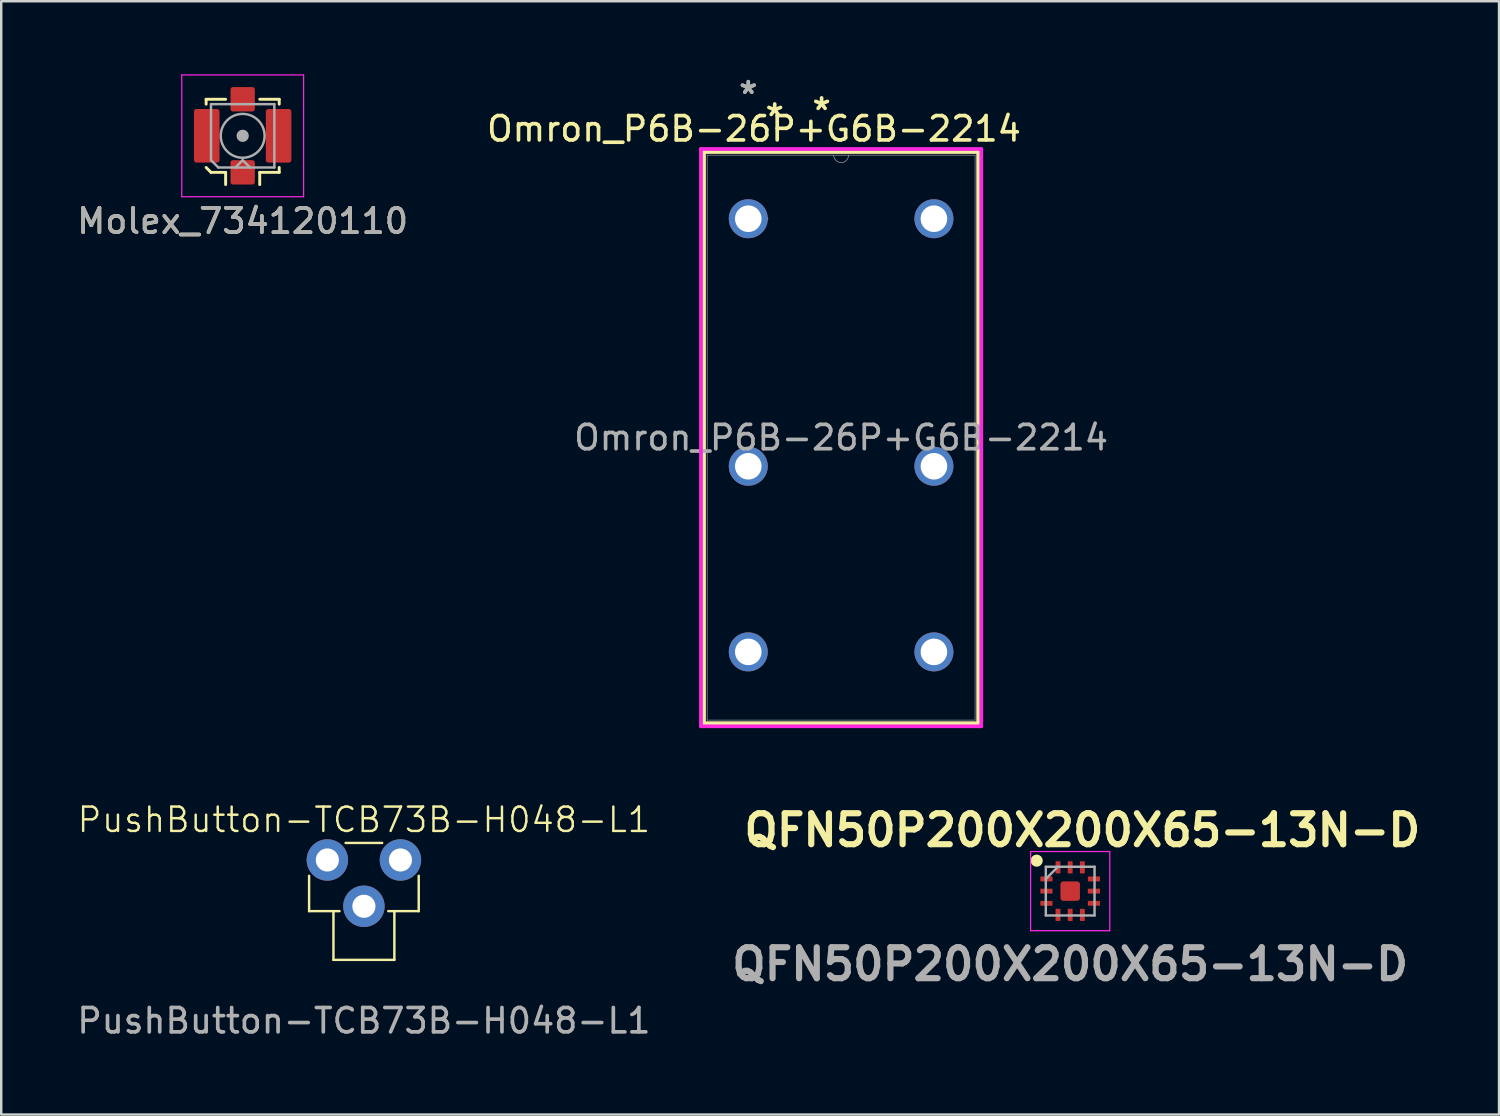
<source format=kicad_pcb>
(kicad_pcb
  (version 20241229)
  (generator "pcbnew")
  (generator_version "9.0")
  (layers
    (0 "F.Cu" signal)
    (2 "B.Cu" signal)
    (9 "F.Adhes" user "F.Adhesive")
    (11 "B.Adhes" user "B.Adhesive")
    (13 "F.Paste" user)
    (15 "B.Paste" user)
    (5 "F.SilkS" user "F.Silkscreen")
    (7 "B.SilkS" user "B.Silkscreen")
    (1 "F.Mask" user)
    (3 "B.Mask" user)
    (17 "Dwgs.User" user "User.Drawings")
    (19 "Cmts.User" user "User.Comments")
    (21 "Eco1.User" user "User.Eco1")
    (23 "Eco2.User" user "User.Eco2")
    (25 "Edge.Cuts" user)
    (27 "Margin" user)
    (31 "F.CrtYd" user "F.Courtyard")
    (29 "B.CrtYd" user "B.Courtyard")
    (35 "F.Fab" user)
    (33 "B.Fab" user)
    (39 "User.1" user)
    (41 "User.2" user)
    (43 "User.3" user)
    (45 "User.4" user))
  (footprint "Molex_734120110"
    (layer "F.Cu")
    (at 6.911 2.525)
    (property "Reference" "Molex_734120110" (at 0 3.5 0) (layer "F.SilkS") (effects (font (size 1 1) (thickness 0.15))))
    (attr smd)
    (fp_line (start -1.5 -1.5) (end -0.7 -1.5) (stroke (width 0.12) (type solid)) (layer "F.SilkS"))
    (fp_line (start -1.5 -1.3) (end -1.5 -1.5) (stroke (width 0.12) (type solid)) (layer "F.SilkS"))
    (fp_line (start -1.3 1.5) (end -1.5 1.3) (stroke (width 0.12) (type solid)) (layer "F.SilkS"))
    (fp_line (start -0.7 1.5) (end -1.3 1.5) (stroke (width 0.12) (type solid)) (layer "F.SilkS"))
    (fp_line (start -0.7 1.5) (end -0.7 2) (stroke (width 0.12) (type solid)) (layer "F.SilkS"))
    (fp_line (start 0.7 -1.5) (end 1.5 -1.5) (stroke (width 0.12) (type solid)) (layer "F.SilkS"))
    (fp_line (start 0.7 1.5) (end 0.7 2) (stroke (width 0.12) (type solid)) (layer "F.SilkS"))
    (fp_line (start 1.5 -1.5) (end 1.5 -1.3) (stroke (width 0.12) (type solid)) (layer "F.SilkS"))
    (fp_line (start 1.5 1.3) (end 1.5 1.5) (stroke (width 0.12) (type solid)) (layer "F.SilkS"))
    (fp_line (start 1.5 1.5) (end 0.7 1.5) (stroke (width 0.12) (type solid)) (layer "F.SilkS"))
    (fp_line (start -2.5 -2.5) (end -2.5 2.5) (stroke (width 0.05) (type solid)) (layer "F.CrtYd"))
    (fp_line (start -2.5 2.5) (end 2.5 2.5) (stroke (width 0.05) (type solid)) (layer "F.CrtYd"))
    (fp_line (start 2.5 -2.5) (end -2.5 -2.5) (stroke (width 0.05) (type solid)) (layer "F.CrtYd"))
    (fp_line (start 2.5 2.5) (end 2.5 -2.5) (stroke (width 0.05) (type solid)) (layer "F.CrtYd"))
    (fp_line (start -1.3 -1.3) (end -1.3 1) (stroke (width 0.1) (type solid)) (layer "F.Fab"))
    (fp_line (start -1.3 -1.3) (end 1.3 -1.3) (stroke (width 0.1) (type solid)) (layer "F.Fab"))
    (fp_line (start -1.3 1) (end -1 1.3) (stroke (width 0.1) (type solid)) (layer "F.Fab"))
    (fp_line (start -1 1.3) (end 1.3 1.3) (stroke (width 0.1) (type solid)) (layer "F.Fab"))
    (fp_line (start -0.3 1.3) (end 0 1) (stroke (width 0.1) (type solid)) (layer "F.Fab"))
    (fp_line (start 0 1) (end 0.3 1.3) (stroke (width 0.1) (type solid)) (layer "F.Fab"))
    (fp_line (start 1.3 -1.3) (end 1.3 1.3) (stroke (width 0.1) (type solid)) (layer "F.Fab"))
    (fp_circle (center 0 0) (end 0 0.05) (stroke (width 0.1) (type solid)) (fill no) (layer "F.Fab"))
    (fp_circle (center 0 0) (end 0 0.125) (stroke (width 0.1) (type solid)) (fill no) (layer "F.Fab"))
    (fp_circle (center 0 0) (end 0 0.2) (stroke (width 0.1) (type solid)) (fill no) (layer "F.Fab"))
    (fp_circle (center 0 0) (end 0.9 0) (stroke (width 0.1) (type solid)) (fill no) (layer "F.Fab"))
    (fp_text user "${REFERENCE}" (at 0 3.5 0) (layer "F.Fab") (effects (font (size 1 1) (thickness 0.15))))
    (pad "1" smd roundrect (at 0 1.5) (size 1 1) (layers "F.Cu" "F.Mask" "F.Paste") (roundrect_rratio 0.1))
    (pad "2" smd roundrect (at -1.475 0) (size 1.05 2.2) (layers "F.Cu" "F.Mask" "F.Paste") (roundrect_rratio 0.1))
    (pad "2" smd roundrect (at 0 -1.5) (size 1 1) (layers "F.Cu" "F.Mask" "F.Paste") (roundrect_rratio 0.1))
    (pad "2" smd roundrect (at 1.475 0) (size 1.05 2.2) (layers "F.Cu" "F.Mask" "F.Paste") (roundrect_rratio 0.1)))
  (footprint "QFN50P200X200X65-13N-D"
    (layer "F.Cu")
    (at 40.877 33.527)
    (property "Reference" "QFN50P200X200X65-13N-D" (at 0.5 -2.5 0) (layer "F.SilkS") (effects (font (size 1.27 1.27) (thickness 0.254))))
    (attr smd)
    (fp_circle (center -1.375 -1.25) (end -1.375 -1.125) (stroke (width 0.25) (type solid)) (fill no) (layer "F.SilkS"))
    (fp_rect (start -0.3 -0.3) (end -0.09 -0.09) (stroke (width 0.1) (type solid)) (fill yes) (layer "F.Paste"))
    (fp_rect (start -0.3 0.09) (end -0.09 0.3) (stroke (width 0.1) (type solid)) (fill yes) (layer "F.Paste"))
    (fp_rect (start 0.077 -0.3) (end 0.287 -0.09) (stroke (width 0.1) (type solid)) (fill yes) (layer "F.Paste"))
    (fp_rect (start 0.077 0.09) (end 0.287 0.3) (stroke (width 0.1) (type solid)) (fill yes) (layer "F.Paste"))
    (fp_line (start -1.625 -1.625) (end 1.625 -1.625) (stroke (width 0.05) (type solid)) (layer "F.CrtYd"))
    (fp_line (start -1.625 1.625) (end -1.625 -1.625) (stroke (width 0.05) (type solid)) (layer "F.CrtYd"))
    (fp_line (start 1.625 -1.625) (end 1.625 1.625) (stroke (width 0.05) (type solid)) (layer "F.CrtYd"))
    (fp_line (start 1.625 1.625) (end -1.625 1.625) (stroke (width 0.05) (type solid)) (layer "F.CrtYd"))
    (fp_line (start -1 -1) (end 1 -1) (stroke (width 0.1) (type solid)) (layer "F.Fab"))
    (fp_line (start -1 -0.5) (end -0.5 -1) (stroke (width 0.1) (type solid)) (layer "F.Fab"))
    (fp_line (start -1 1) (end -1 -1) (stroke (width 0.1) (type solid)) (layer "F.Fab"))
    (fp_line (start 1 -1) (end 1 1) (stroke (width 0.1) (type solid)) (layer "F.Fab"))
    (fp_line (start 1 1) (end -1 1) (stroke (width 0.1) (type solid)) (layer "F.Fab"))
    (fp_text user "${REFERENCE}" (at 0 3 0) (layer "F.Fab") (effects (font (size 1.27 1.27) (thickness 0.254))))
    (pad "1" smd roundrect (at -0.975 -0.5 90) (size 0.2 0.5) (layers "F.Cu" "F.Mask" "F.Paste") (roundrect_rratio 0.1))
    (pad "2" smd roundrect (at -0.975 0 90) (size 0.2 0.5) (layers "F.Cu" "F.Mask" "F.Paste") (roundrect_rratio 0.1))
    (pad "3" smd roundrect (at -0.975 0.5 90) (size 0.2 0.5) (layers "F.Cu" "F.Mask" "F.Paste") (roundrect_rratio 0.1))
    (pad "4" smd roundrect (at -0.5 0.975) (size 0.2 0.5) (layers "F.Cu" "F.Mask" "F.Paste") (roundrect_rratio 0.1))
    (pad "5" smd roundrect (at 0 0.975) (size 0.2 0.5) (layers "F.Cu" "F.Mask" "F.Paste") (roundrect_rratio 0.1))
    (pad "6" smd roundrect (at 0.5 0.975) (size 0.2 0.5) (layers "F.Cu" "F.Mask" "F.Paste") (roundrect_rratio 0.1))
    (pad "7" smd roundrect (at 0.975 0.5 90) (size 0.2 0.5) (layers "F.Cu" "F.Mask" "F.Paste") (roundrect_rratio 0.1))
    (pad "8" smd roundrect (at 0.975 0 90) (size 0.2 0.5) (layers "F.Cu" "F.Mask" "F.Paste") (roundrect_rratio 0.1))
    (pad "9" smd roundrect (at 0.975 -0.5 90) (size 0.2 0.5) (layers "F.Cu" "F.Mask" "F.Paste") (roundrect_rratio 0.1))
    (pad "10" smd roundrect (at 0.5 -0.975) (size 0.2 0.5) (layers "F.Cu" "F.Mask" "F.Paste") (roundrect_rratio 0.1))
    (pad "11" smd roundrect (at 0 -0.975) (size 0.2 0.5) (layers "F.Cu" "F.Mask" "F.Paste") (roundrect_rratio 0.1))
    (pad "12" smd roundrect (at -0.5 -0.975) (size 0.2 0.5) (layers "F.Cu" "F.Mask" "F.Paste") (roundrect_rratio 0.1))
    (pad "13" smd roundrect (at 0 0) (size 0.8 0.8) (layers "F.Cu" "F.Mask") (roundrect_rratio 0.15)))
  (footprint "PushButton-TCB73B-H048-L1"
    (layer "F.Cu")
    (at 11.887 36.349)
    (property "Reference" "PushButton-TCB73B-H048-L1" (at 0 -5.75 0) (unlocked yes) (layer "F.SilkS") (effects (font (size 1 1) (thickness 0.1))))
    (attr through_hole)
    (fp_line (start -2.25 -3.45) (end -2.25 -2) (stroke (width 0.1) (type default)) (layer "F.SilkS"))
    (fp_line (start -2.25 -2) (end -1 -2) (stroke (width 0.1) (type default)) (layer "F.SilkS"))
    (fp_line (start -1.25 0) (end -1.25 -1.95) (stroke (width 0.1) (type default)) (layer "F.SilkS"))
    (fp_line (start -1.25 0) (end 1.25 0) (stroke (width 0.1) (type default)) (layer "F.SilkS"))
    (fp_line (start -0.75 -4.8) (end 0.75 -4.8) (stroke (width 0.1) (type default)) (layer "F.SilkS"))
    (fp_line (start 1.25 0) (end 1.25 -1.975) (stroke (width 0.1) (type default)) (layer "F.SilkS"))
    (fp_line (start 2.25 -3.45) (end 2.25 -2) (stroke (width 0.1) (type default)) (layer "F.SilkS"))
    (fp_line (start 2.25 -2) (end 1 -2) (stroke (width 0.1) (type default)) (layer "F.SilkS"))
    (fp_text user "${REFERENCE}" (at 0 2.5 0) (unlocked yes) (layer "F.Fab") (effects (font (size 1 1) (thickness 0.15))))
    (pad "1" thru_hole circle (at -1.5 -4.1) (size 1.7 1.7) (drill 0.95) (layers "*.Cu" "*.Mask"))
    (pad "2" thru_hole circle (at 1.5 -4.1) (size 1.7 1.7) (drill 0.95) (layers "*.Cu" "*.Mask"))
    (pad "3" thru_hole circle (at 0 -2.2) (size 1.7 1.7) (drill 0.95) (layers "*.Cu" "*.Mask")))
  (footprint "Omron_P6B-26P+G6B-2214"
    (layer "F.Cu")
    (at 31.474 14.913)
    (property "Reference" "Omron_P6B-26P+G6B-2214" (at -3.575 -12.675 0) (unlocked yes) (layer "F.SilkS") (effects (font (size 1 1) (thickness 0.15))))
    (attr through_hole)
    (fp_line (start -5.626 -11.722) (end -5.626 11.722) (stroke (width 0.152) (type solid)) (layer "F.SilkS"))
    (fp_line (start -5.626 11.722) (end 5.626 11.722) (stroke (width 0.152) (type solid)) (layer "F.SilkS"))
    (fp_line (start 5.626 -11.722) (end -5.626 -11.722) (stroke (width 0.152) (type solid)) (layer "F.SilkS"))
    (fp_line (start 5.626 11.722) (end 5.626 -11.722) (stroke (width 0.152) (type solid)) (layer "F.SilkS"))
    (fp_line (start -5.753 -11.849) (end 5.753 -11.849) (stroke (width 0.152) (type solid)) (layer "F.CrtYd"))
    (fp_line (start -5.753 11.849) (end -5.753 -11.849) (stroke (width 0.152) (type solid)) (layer "F.CrtYd"))
    (fp_line (start 5.753 -11.849) (end 5.753 11.849) (stroke (width 0.152) (type solid)) (layer "F.CrtYd"))
    (fp_line (start 5.753 11.849) (end -5.753 11.849) (stroke (width 0.152) (type solid)) (layer "F.CrtYd"))
    (fp_line (start -5.499 -11.595) (end -5.499 11.595) (stroke (width 0.025) (type solid)) (layer "F.Fab"))
    (fp_line (start -5.499 11.595) (end 5.499 11.595) (stroke (width 0.025) (type solid)) (layer "F.Fab"))
    (fp_line (start 5.499 -11.595) (end -5.499 -11.595) (stroke (width 0.025) (type solid)) (layer "F.Fab"))
    (fp_line (start 5.499 11.595) (end 5.499 -11.595) (stroke (width 0.025) (type solid)) (layer "F.Fab"))
    (fp_arc (start 0.3048 -11.5951) (mid 0 -11.2903) (end -0.3048 -11.5951) (stroke (width 0.0254) (type solid)) (layer "F.Fab"))
    (fp_circle (center -3.01 -8.985) (end -3.01 -8.985) (stroke (width 0.025) (type solid)) (fill no) (layer "F.Fab"))
    (fp_text user "*" (at -0.8 -13.4 0) (unlocked yes) (layer "F.SilkS") (effects (font (size 1 1) (thickness 0.15))))
    (fp_text user "*" (at -2.725 -13.15 0) (layer "F.SilkS") (effects (font (size 1 1) (thickness 0.15))))
    (fp_text user "*" (at -3.81 -14.065 0) (layer "F.Fab") (effects (font (size 1 1) (thickness 0.15))))
    (fp_text user "${REFERENCE}" (at 0 0 0) (unlocked yes) (layer "F.Fab") (effects (font (size 1 1) (thickness 0.15))))
    (fp_text user "*" (at -3.81 -14.065 0) (unlocked yes) (layer "F.Fab") (effects (font (size 1 1) (thickness 0.15))))
    (pad "1" thru_hole circle (at 3.81 -8.985) (size 1.6 1.6) (drill 1.092) (layers "*.Cu" "*.Mask"))
    (pad "3" thru_hole circle (at 3.81 1.175) (size 1.6 1.6) (drill 1.092) (layers "*.Cu" "*.Mask"))
    (pad "4" thru_hole circle (at 3.81 8.795) (size 1.6 1.6) (drill 1.092) (layers "*.Cu" "*.Mask"))
    (pad "5" thru_hole circle (at -3.81 8.795) (size 1.6 1.6) (drill 1.092) (layers "*.Cu" "*.Mask"))
    (pad "6" thru_hole circle (at -3.81 1.175) (size 1.6 1.6) (drill 1.092) (layers "*.Cu" "*.Mask"))
    (pad "8" thru_hole circle (at -3.81 -8.985) (size 1.6 1.6) (drill 1.092) (layers "*.Cu" "*.Mask")))
  (gr_rect
    (start -3 -3)
    (end 58.48 42.697)
    (stroke (width 0.1) (type default))
    (fill no)
    (layer "Edge.Cuts")))
</source>
